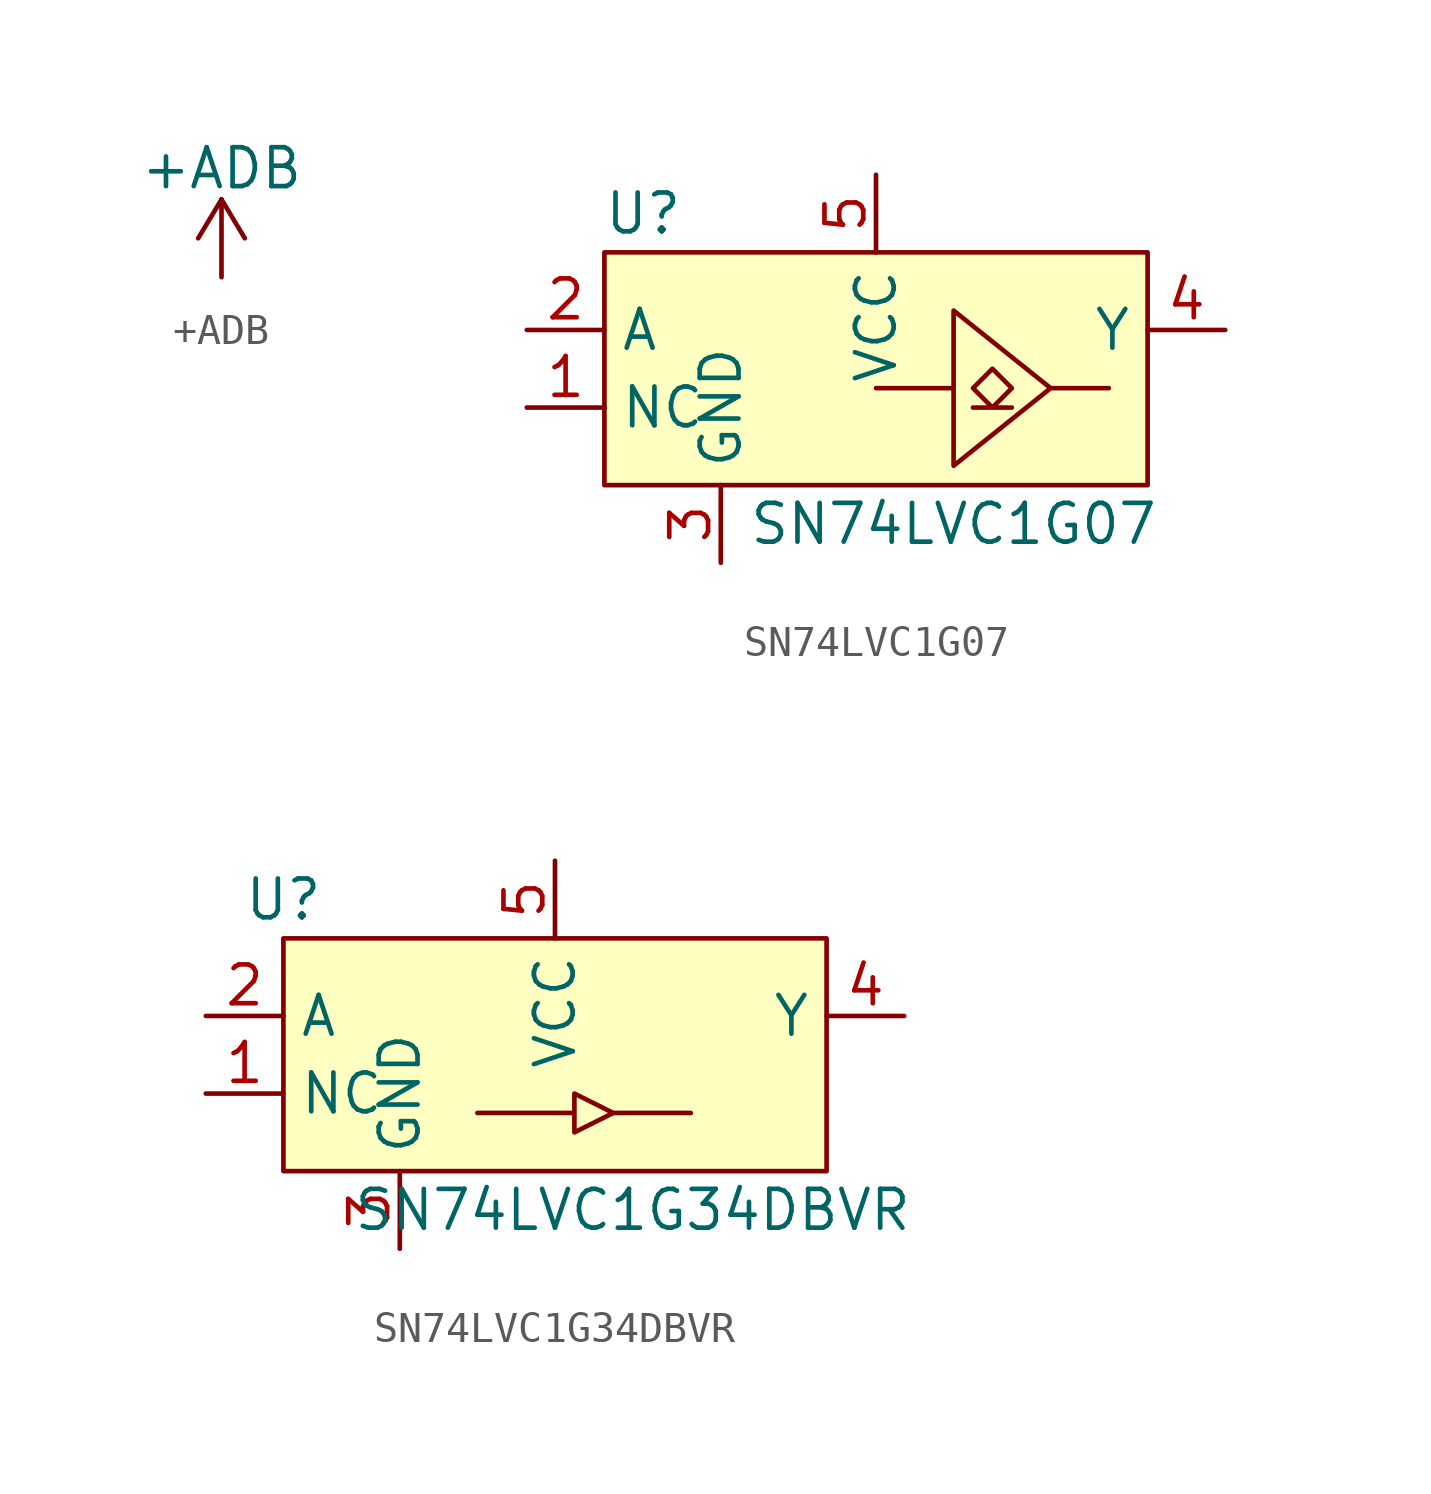
<source format=kicad_sym>
(kicad_symbol_lib
  (version 20211014)
  (generator kicad_symbol_editor)
  (symbol "+ADB"
    (power)
    (pin_names
      (offset 0))
    (property "Reference" "#PWR"
      (at 0 -3.81 0)
      (effects (font (size 1.27 1.27)) hide))
    (property "Value" "+ADB"
      (at 0 3.556 0)
      (effects (font (size 1.27 1.27))))
    (property "Footprint" ""
      (at 0 0 0)
      (effects (font (size 1.524 1.524))))
    (property "Datasheet" ""
      (at 0 0 0)
      (effects (font (size 1.524 1.524))))
    (symbol "+ADB_0_1"
      (polyline (pts (xy -0.762 1.27) (xy 0 2.54)) (stroke (width 0) (type default) (color 0 0 0 0)) (fill (type none)))
      (polyline (pts (xy 0 0) (xy 0 2.54)) (stroke (width 0) (type default) (color 0 0 0 0)) (fill (type none)))
      (polyline (pts (xy 0 2.54) (xy 0.762 1.27)) (stroke (width 0) (type default) (color 0 0 0 0)) (fill (type none))))
    (symbol "+ADB_1_1"
      (pin power_out line (at 0 0 90) (length 0) hide (name "+ADB" (effects (font (size 1.27 1.27)))) (number "1" (effects (font (size 1.27 1.27)))))))
  (symbol "SN74LVC1G07"
    (property "Reference" "U"
      (at 3.81 3.81 0)
      (effects (font (size 1.27 1.27))))
    (property "Value" "SN74LVC1G07"
      (at 13.97 -6.35 0)
      (effects (font (size 1.27 1.27))))
    (symbol "SN74LVC1G07_0_1"
      (polyline (pts (xy 17.145 -1.905) (xy 19.05 -1.905)) (stroke (width 0) (type default) (color 0 0 0 0)) (fill (type none)))
      (polyline (pts (xy 11.43 -1.905) (xy 13.97 -1.905) (xy 13.97 0.635) (xy 17.145 -1.905) (xy 13.97 -4.445) (xy 13.97 -1.905)) (stroke (width 0) (type default) (color 0 0 0 0)) (fill (type none)))
      (polyline (pts (xy 15.24 -2.54) (xy 14.605 -1.905) (xy 15.24 -1.27) (xy 15.875 -1.905) (xy 15.24 -2.54) (xy 14.605 -2.54) (xy 15.24 -2.54) (xy 15.875 -2.54)) (stroke (width 0) (type default) (color 0 0 0 0)) (fill (type none)))
      (rectangle (start 2.54 2.54) (end 20.32 -5.08) (stroke (width 0) (type default) (color 0 0 0 0)) (fill (type background))))
    (symbol "SN74LVC1G07_1_1"
      (pin passive line (at 0 -2.54 0) (length 2.54) (name "NC" (effects (font (size 1.27 1.27)))) (number "1" (effects (font (size 1.27 1.27)))))
      (pin input line (at 0 0 0) (length 2.54) (name "A" (effects (font (size 1.27 1.27)))) (number "2" (effects (font (size 1.27 1.27)))))
      (pin power_in line (at 6.35 -7.62 90) (length 2.54) (name "GND" (effects (font (size 1.27 1.27)))) (number "3" (effects (font (size 1.27 1.27)))))
      (pin open_collector line (at 22.86 0 180) (length 2.54) (name "Y" (effects (font (size 1.27 1.27)))) (number "4" (effects (font (size 1.27 1.27)))))
      (pin power_in line (at 11.43 5.08 270) (length 2.54) (name "VCC" (effects (font (size 1.27 1.27)))) (number "5" (effects (font (size 1.27 1.27)))))))
  (symbol "SN74LVC1G34DBVR"
    (property "Reference" "U"
      (at 2.54 3.81 0)
      (effects (font (size 1.27 1.27))))
    (property "Value" "SN74LVC1G34DBVR"
      (at 13.97 -6.35 0)
      (effects (font (size 1.27 1.27))))
    (symbol "SN74LVC1G34DBVR_0_1"
      (polyline (pts (xy 13.335 -3.175) (xy 15.875 -3.175)) (stroke (width 0) (type default) (color 0 0 0 0)) (fill (type none)))
      (polyline (pts (xy 8.89 -3.175) (xy 12.065 -3.175) (xy 12.065 -2.54) (xy 13.335 -3.175) (xy 12.065 -3.81) (xy 12.065 -3.175)) (stroke (width 0) (type default) (color 0 0 0 0)) (fill (type none)))
      (rectangle (start 2.54 2.54) (end 20.32 -5.08) (stroke (width 0) (type default) (color 0 0 0 0)) (fill (type background))))
    (symbol "SN74LVC1G34DBVR_1_1"
      (pin passive line (at 0 -2.54 0) (length 2.54) (name "NC" (effects (font (size 1.27 1.27)))) (number "1" (effects (font (size 1.27 1.27)))))
      (pin input line (at 0 0 0) (length 2.54) (name "A" (effects (font (size 1.27 1.27)))) (number "2" (effects (font (size 1.27 1.27)))))
      (pin power_in line (at 6.35 -7.62 90) (length 2.54) (name "GND" (effects (font (size 1.27 1.27)))) (number "3" (effects (font (size 1.27 1.27)))))
      (pin output line (at 22.86 0 180) (length 2.54) (name "Y" (effects (font (size 1.27 1.27)))) (number "4" (effects (font (size 1.27 1.27)))))
      (pin power_in line (at 11.43 5.08 270) (length 2.54) (name "VCC" (effects (font (size 1.27 1.27)))) (number "5" (effects (font (size 1.27 1.27))))))))
</source>
